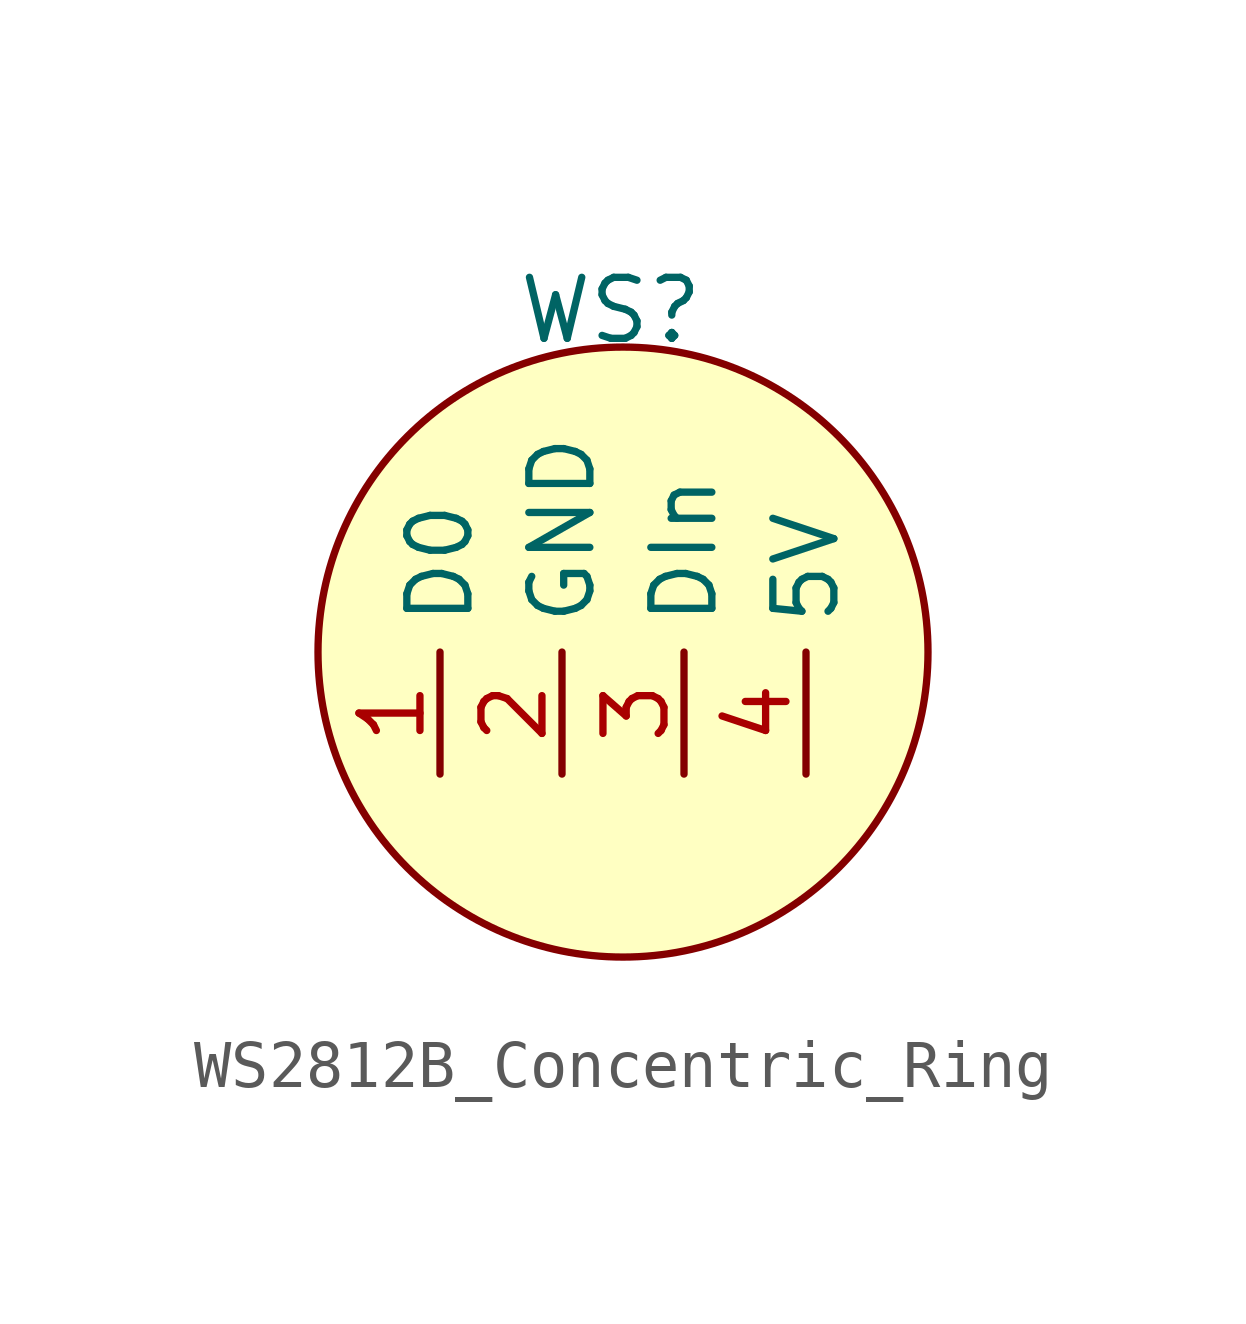
<source format=kicad_sym>
(kicad_symbol_lib
  (version 20231120)
  (generator "kicad_symbol_editor")
  (generator_version "8.0")
  (symbol "WS2812B_Concentric_Ring"
    (property "Reference" "WS"
      (at -0.254 7.112 0)
      (effects (font (size 1.27 1.27))))
    (property "Value" ""
      (at 0 0 0)
      (effects (font (size 1.27 1.27))))
    (symbol "WS2812B_Concentric_Ring_1_1"
      (circle (center 0 0) (radius 6.35) (stroke (width 0) (type default)) (fill (type background)))
      (pin output line (at -3.81 -2.54 90) (length 2.54) (name "D0" (effects (font (size 1.27 1.27)))) (number "1" (effects (font (size 1.27 1.27)))))
      (pin power_in line (at -1.27 -2.54 90) (length 2.54) (name "GND" (effects (font (size 1.27 1.27)))) (number "2" (effects (font (size 1.27 1.27)))))
      (pin input line (at 1.27 -2.54 90) (length 2.54) (name "DIn" (effects (font (size 1.27 1.27)))) (number "3" (effects (font (size 1.27 1.27)))))
      (pin power_in line (at 3.81 -2.54 90) (length 2.54) (name "5V" (effects (font (size 1.27 1.27)))) (number "4" (effects (font (size 1.27 1.27))))))))
</source>
